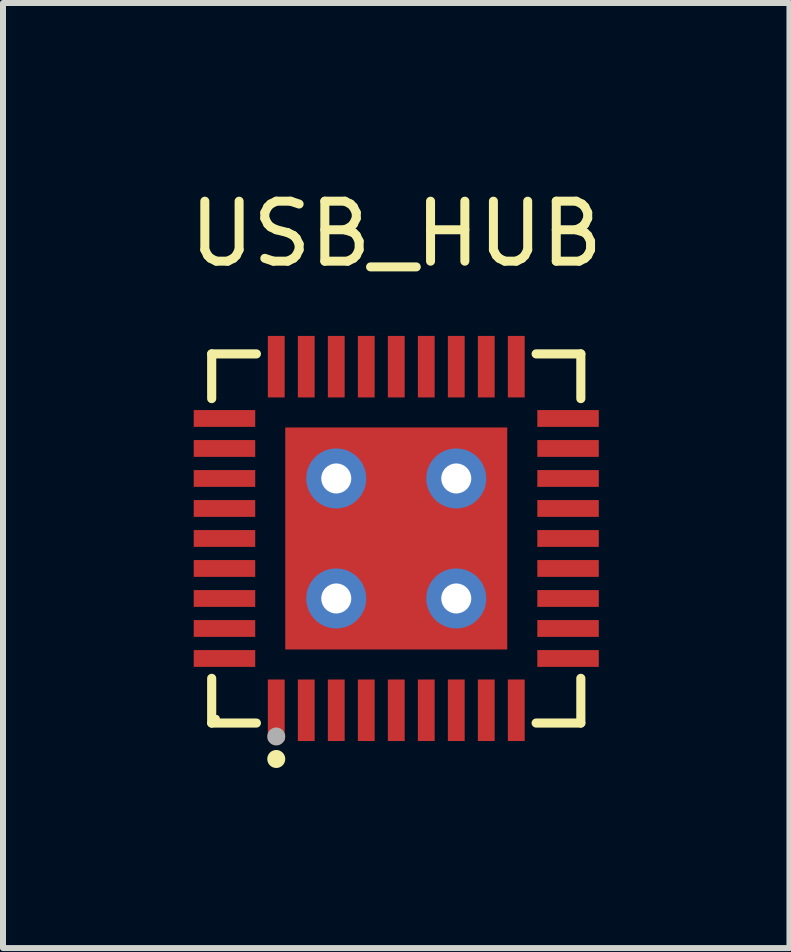
<source format=kicad_pcb>
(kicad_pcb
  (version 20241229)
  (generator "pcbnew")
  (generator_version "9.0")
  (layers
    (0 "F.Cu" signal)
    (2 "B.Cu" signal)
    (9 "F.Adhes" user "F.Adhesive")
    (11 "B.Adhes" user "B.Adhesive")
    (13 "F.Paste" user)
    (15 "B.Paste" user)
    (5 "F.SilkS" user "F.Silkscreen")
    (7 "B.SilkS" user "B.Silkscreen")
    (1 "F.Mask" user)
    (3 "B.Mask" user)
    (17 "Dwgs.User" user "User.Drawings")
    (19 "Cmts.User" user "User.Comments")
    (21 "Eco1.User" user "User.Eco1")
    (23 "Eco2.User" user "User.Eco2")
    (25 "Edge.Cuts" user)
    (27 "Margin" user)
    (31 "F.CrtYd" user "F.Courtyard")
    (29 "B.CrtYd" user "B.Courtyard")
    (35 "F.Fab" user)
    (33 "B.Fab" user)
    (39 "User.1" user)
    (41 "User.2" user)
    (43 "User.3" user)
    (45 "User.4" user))
  (footprint "USB_HUB"
    (layer "F.Cu")
    (at 3.554 5.924)
    (property "Reference" "USB_HUB" (at 0 -5.076 180) (layer "F.SilkS") (effects (font (size 1 1) (thickness 0.15))))
    (attr through_hole)
    (fp_line (start -3.076 -3.076) (end -2.331 -3.076) (stroke (width 0.152) (type solid)) (layer "F.SilkS"))
    (fp_line (start -3.076 -2.331) (end -3.076 -3.076) (stroke (width 0.152) (type solid)) (layer "F.SilkS"))
    (fp_line (start -3.076 2.331) (end -3.076 3.076) (stroke (width 0.152) (type solid)) (layer "F.SilkS"))
    (fp_line (start -3.076 3.076) (end -2.331 3.076) (stroke (width 0.152) (type solid)) (layer "F.SilkS"))
    (fp_line (start 3.076 -3.076) (end 2.331 -3.076) (stroke (width 0.152) (type solid)) (layer "F.SilkS"))
    (fp_line (start 3.076 -2.331) (end 3.076 -3.076) (stroke (width 0.152) (type solid)) (layer "F.SilkS"))
    (fp_line (start 3.076 2.331) (end 3.076 3.076) (stroke (width 0.152) (type solid)) (layer "F.SilkS"))
    (fp_line (start 3.076 3.076) (end 2.331 3.076) (stroke (width 0.152) (type solid)) (layer "F.SilkS"))
    (fp_circle (center -3 3) (end -2.97 3) (stroke (width 0.06) (type solid)) (fill no) (layer "F.SilkS"))
    (fp_circle (center -2 3.675) (end -1.925 3.675) (stroke (width 0.15) (type solid)) (fill no) (layer "F.SilkS"))
    (fp_circle (center -2 3.3) (end -1.925 3.3) (stroke (width 0.15) (type solid)) (fill no) (layer "F.Fab"))
    (pad "1" smd rect (at -2 2.863) (size 0.28 1.025) (layers "F.Cu" "F.Mask" "F.Paste"))
    (pad "2" smd rect (at -1.5 2.863) (size 0.28 1.025) (layers "F.Cu" "F.Mask" "F.Paste"))
    (pad "3" smd rect (at -1 2.863) (size 0.28 1.025) (layers "F.Cu" "F.Mask" "F.Paste"))
    (pad "4" smd rect (at -0.5 2.863) (size 0.28 1.025) (layers "F.Cu" "F.Mask" "F.Paste"))
    (pad "5" smd rect (at 0 2.863) (size 0.28 1.025) (layers "F.Cu" "F.Mask" "F.Paste"))
    (pad "6" smd rect (at 0.5 2.863) (size 0.28 1.025) (layers "F.Cu" "F.Mask" "F.Paste"))
    (pad "7" smd rect (at 1 2.863) (size 0.28 1.025) (layers "F.Cu" "F.Mask" "F.Paste"))
    (pad "8" smd rect (at 1.5 2.863) (size 0.28 1.025) (layers "F.Cu" "F.Mask" "F.Paste"))
    (pad "9" smd rect (at 2 2.863) (size 0.28 1.025) (layers "F.Cu" "F.Mask" "F.Paste"))
    (pad "10" smd rect (at 2.863 2) (size 1.025 0.28) (layers "F.Cu" "F.Mask" "F.Paste"))
    (pad "11" smd rect (at 2.863 1.5) (size 1.025 0.28) (layers "F.Cu" "F.Mask" "F.Paste"))
    (pad "12" smd rect (at 2.863 1) (size 1.025 0.28) (layers "F.Cu" "F.Mask" "F.Paste"))
    (pad "13" smd rect (at 2.863 0.5) (size 1.025 0.28) (layers "F.Cu" "F.Mask" "F.Paste"))
    (pad "14" smd rect (at 2.863 0) (size 1.025 0.28) (layers "F.Cu" "F.Mask" "F.Paste"))
    (pad "15" smd rect (at 2.863 -0.5) (size 1.025 0.28) (layers "F.Cu" "F.Mask" "F.Paste"))
    (pad "16" smd rect (at 2.863 -1) (size 1.025 0.28) (layers "F.Cu" "F.Mask" "F.Paste"))
    (pad "17" smd rect (at 2.863 -1.5) (size 1.025 0.28) (layers "F.Cu" "F.Mask" "F.Paste"))
    (pad "18" smd rect (at 2.863 -2) (size 1.025 0.28) (layers "F.Cu" "F.Mask" "F.Paste"))
    (pad "19" smd rect (at 2 -2.863) (size 0.28 1.025) (layers "F.Cu" "F.Mask" "F.Paste"))
    (pad "20" smd rect (at 1.5 -2.863) (size 0.28 1.025) (layers "F.Cu" "F.Mask" "F.Paste"))
    (pad "21" smd rect (at 1 -2.863) (size 0.28 1.025) (layers "F.Cu" "F.Mask" "F.Paste"))
    (pad "22" smd rect (at 0.5 -2.863) (size 0.28 1.025) (layers "F.Cu" "F.Mask" "F.Paste"))
    (pad "23" smd rect (at 0 -2.863) (size 0.28 1.025) (layers "F.Cu" "F.Mask" "F.Paste"))
    (pad "24" smd rect (at -0.5 -2.863) (size 0.28 1.025) (layers "F.Cu" "F.Mask" "F.Paste"))
    (pad "25" smd rect (at -1 -2.863) (size 0.28 1.025) (layers "F.Cu" "F.Mask" "F.Paste"))
    (pad "26" smd rect (at -1.5 -2.863) (size 0.28 1.025) (layers "F.Cu" "F.Mask" "F.Paste"))
    (pad "27" smd rect (at -2 -2.863) (size 0.28 1.025) (layers "F.Cu" "F.Mask" "F.Paste"))
    (pad "28" smd rect (at -2.863 -2) (size 1.025 0.28) (layers "F.Cu" "F.Mask" "F.Paste"))
    (pad "29" smd rect (at -2.863 -1.5) (size 1.025 0.28) (layers "F.Cu" "F.Mask" "F.Paste"))
    (pad "30" smd rect (at -2.863 -1) (size 1.025 0.28) (layers "F.Cu" "F.Mask" "F.Paste"))
    (pad "31" smd rect (at -2.863 -0.5) (size 1.025 0.28) (layers "F.Cu" "F.Mask" "F.Paste"))
    (pad "32" smd rect (at -2.863 0) (size 1.025 0.28) (layers "F.Cu" "F.Mask" "F.Paste"))
    (pad "33" smd rect (at -2.863 0.5) (size 1.025 0.28) (layers "F.Cu" "F.Mask" "F.Paste"))
    (pad "34" smd rect (at -2.863 1) (size 1.025 0.28) (layers "F.Cu" "F.Mask" "F.Paste"))
    (pad "35" smd rect (at -2.863 1.5) (size 1.025 0.28) (layers "F.Cu" "F.Mask" "F.Paste"))
    (pad "36" smd rect (at -2.863 2) (size 1.025 0.28) (layers "F.Cu" "F.Mask" "F.Paste"))
    (pad "37" thru_hole circle (at -1 -1) (size 1 1) (drill 0.5) (layers "*.Cu" "*.Mask"))
    (pad "37" smd rect (at -1 0) (size 0.85 0.85) (layers "F.Cu" "F.Mask" "F.Paste"))
    (pad "37" thru_hole circle (at -1 1) (size 1 1) (drill 0.5) (layers "*.Cu" "*.Mask"))
    (pad "37" smd rect (at 0 -1) (size 0.85 0.85) (layers "F.Cu" "F.Mask" "F.Paste"))
    (pad "37" smd rect (at 0 0) (size 0.85 0.85) (layers "F.Cu" "F.Mask" "F.Paste"))
    (pad "37" smd rect (at 0 0) (size 3.7 3.7) (layers "F.Cu" "F.Mask" "F.Paste"))
    (pad "37" smd rect (at 0 1) (size 0.85 0.85) (layers "F.Cu" "F.Mask" "F.Paste"))
    (pad "37" thru_hole circle (at 1 -1) (size 1 1) (drill 0.5) (layers "*.Cu" "*.Mask"))
    (pad "37" smd rect (at 1 0) (size 0.85 0.85) (layers "F.Cu" "F.Mask" "F.Paste"))
    (pad "37" thru_hole circle (at 1 1) (size 1 1) (drill 0.5) (layers "*.Cu" "*.Mask")))
  (gr_rect
    (start -3 -3)
    (end 10.107 12.75)
    (stroke (width 0.1) (type default))
    (fill no)
    (layer "Edge.Cuts")))
</source>
